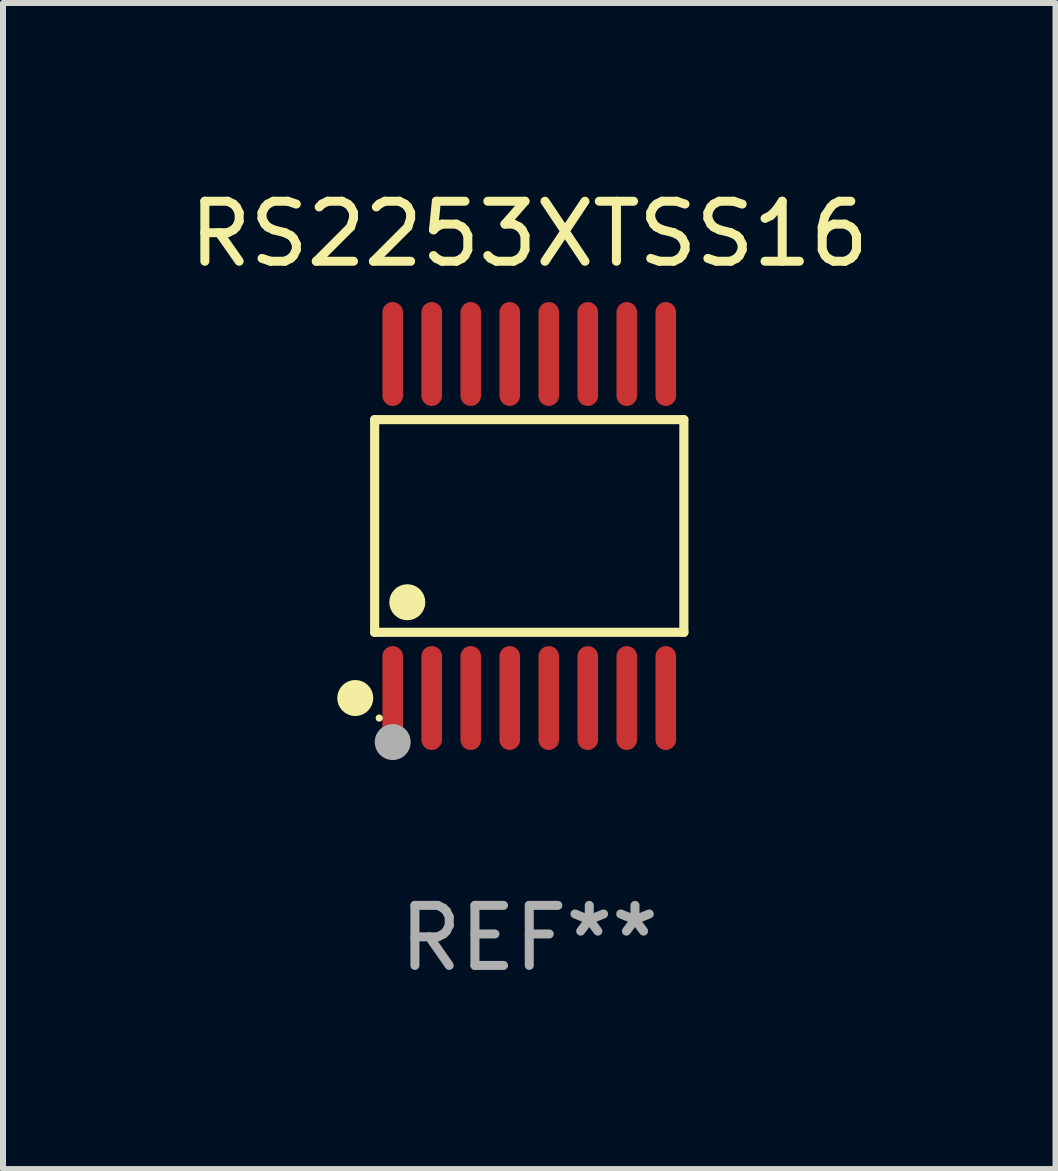
<source format=kicad_pcb>
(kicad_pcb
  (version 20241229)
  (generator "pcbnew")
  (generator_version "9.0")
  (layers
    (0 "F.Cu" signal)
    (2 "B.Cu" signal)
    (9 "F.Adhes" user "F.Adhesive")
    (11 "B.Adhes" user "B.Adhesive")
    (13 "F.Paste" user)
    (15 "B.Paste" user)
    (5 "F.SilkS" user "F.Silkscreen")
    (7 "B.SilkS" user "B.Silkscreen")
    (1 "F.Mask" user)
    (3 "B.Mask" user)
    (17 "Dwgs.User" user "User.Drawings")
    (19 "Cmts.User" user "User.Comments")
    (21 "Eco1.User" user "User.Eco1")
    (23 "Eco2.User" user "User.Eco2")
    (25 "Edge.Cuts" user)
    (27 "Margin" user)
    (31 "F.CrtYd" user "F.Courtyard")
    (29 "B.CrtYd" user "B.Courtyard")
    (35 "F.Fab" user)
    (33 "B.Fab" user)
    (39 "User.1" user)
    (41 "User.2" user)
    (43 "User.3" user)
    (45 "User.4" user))
  (footprint "RS2253XTSS16"
    (layer "F.Cu")
    (at 5.768 5.714)
    (property "Reference" "RS2253XTSS16" (at 0 -4.866 0) (layer "F.SilkS") (effects (font (size 1 1) (thickness 0.15))))
    (attr through_hole)
    (fp_line (start -2.576 -1.772) (end 2.576 -1.772) (stroke (width 0.152) (type solid)) (layer "F.SilkS"))
    (fp_line (start -2.576 1.771) (end -2.576 -1.772) (stroke (width 0.152) (type solid)) (layer "F.SilkS"))
    (fp_line (start 2.576 -1.772) (end 2.576 1.771) (stroke (width 0.152) (type solid)) (layer "F.SilkS"))
    (fp_line (start 2.576 1.771) (end -2.576 1.771) (stroke (width 0.152) (type solid)) (layer "F.SilkS"))
    (fp_circle (center -2.899 2.866) (end -2.749 2.866) (stroke (width 0.3) (type solid)) (fill no) (layer "F.SilkS"))
    (fp_circle (center -2.5 3.2) (end -2.47 3.2) (stroke (width 0.06) (type solid)) (fill no) (layer "F.SilkS"))
    (fp_circle (center -2.032 1.27) (end -1.882 1.27) (stroke (width 0.3) (type solid)) (fill no) (layer "F.SilkS"))
    (fp_circle (center -2.275 3.6) (end -2.125 3.6) (stroke (width 0.3) (type solid)) (fill no) (layer "F.Fab"))
    (fp_text user "REF**" (at 0 6.866 0) (layer "F.Fab") (effects (font (size 1 1) (thickness 0.15))))
    (pad "1" smd oval (at -2.275 2.866) (size 0.343 1.731) (layers "F.Cu" "F.Mask" "F.Paste"))
    (pad "2" smd oval (at -1.625 2.866) (size 0.343 1.731) (layers "F.Cu" "F.Mask" "F.Paste"))
    (pad "3" smd oval (at -0.975 2.866) (size 0.343 1.731) (layers "F.Cu" "F.Mask" "F.Paste"))
    (pad "4" smd oval (at -0.325 2.866) (size 0.343 1.731) (layers "F.Cu" "F.Mask" "F.Paste"))
    (pad "5" smd oval (at 0.325 2.866) (size 0.343 1.731) (layers "F.Cu" "F.Mask" "F.Paste"))
    (pad "6" smd oval (at 0.975 2.866) (size 0.343 1.731) (layers "F.Cu" "F.Mask" "F.Paste"))
    (pad "7" smd oval (at 1.625 2.866) (size 0.343 1.731) (layers "F.Cu" "F.Mask" "F.Paste"))
    (pad "8" smd oval (at 2.275 2.866) (size 0.343 1.731) (layers "F.Cu" "F.Mask" "F.Paste"))
    (pad "9" smd oval (at 2.275 -2.866) (size 0.343 1.731) (layers "F.Cu" "F.Mask" "F.Paste"))
    (pad "10" smd oval (at 1.625 -2.866) (size 0.343 1.731) (layers "F.Cu" "F.Mask" "F.Paste"))
    (pad "11" smd oval (at 0.975 -2.866) (size 0.343 1.731) (layers "F.Cu" "F.Mask" "F.Paste"))
    (pad "12" smd oval (at 0.325 -2.866) (size 0.343 1.731) (layers "F.Cu" "F.Mask" "F.Paste"))
    (pad "13" smd oval (at -0.325 -2.866) (size 0.343 1.731) (layers "F.Cu" "F.Mask" "F.Paste"))
    (pad "14" smd oval (at -0.975 -2.866) (size 0.343 1.731) (layers "F.Cu" "F.Mask" "F.Paste"))
    (pad "15" smd oval (at -1.625 -2.866) (size 0.343 1.731) (layers "F.Cu" "F.Mask" "F.Paste"))
    (pad "16" smd oval (at -2.275 -2.866) (size 0.343 1.731) (layers "F.Cu" "F.Mask" "F.Paste")))
  (gr_rect
    (start -3 -3)
    (end 14.536 16.428)
    (stroke (width 0.1) (type default))
    (fill no)
    (layer "Edge.Cuts")))
</source>
